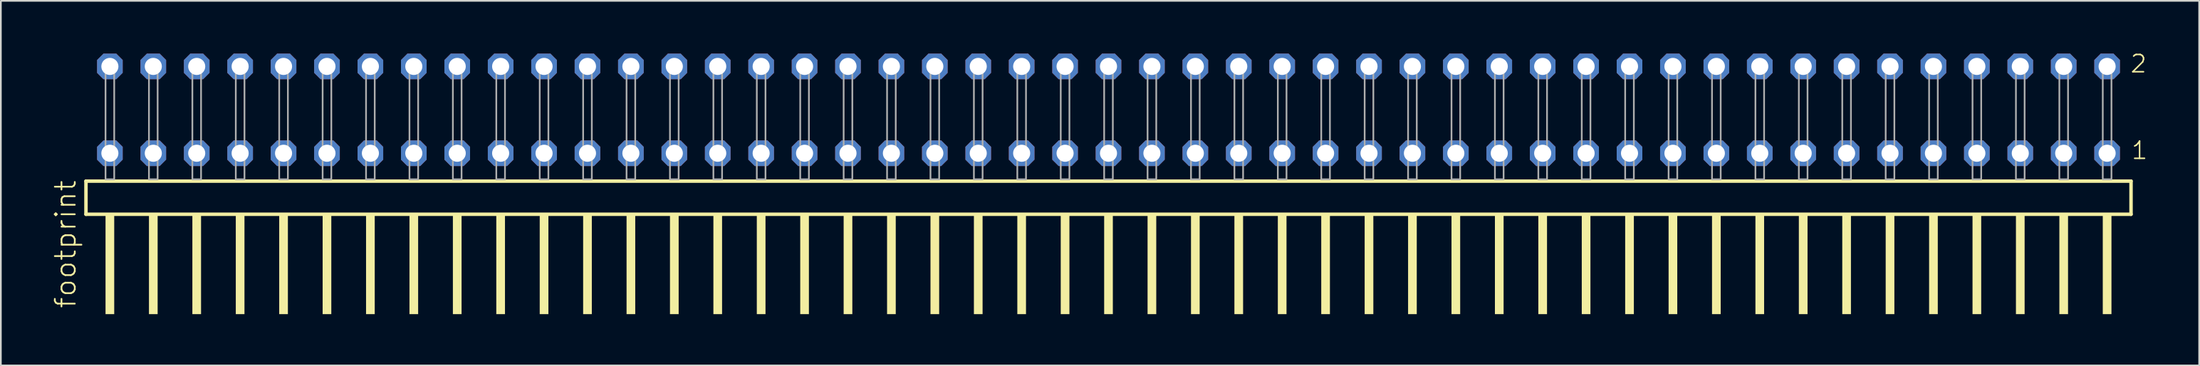
<source format=kicad_pcb>
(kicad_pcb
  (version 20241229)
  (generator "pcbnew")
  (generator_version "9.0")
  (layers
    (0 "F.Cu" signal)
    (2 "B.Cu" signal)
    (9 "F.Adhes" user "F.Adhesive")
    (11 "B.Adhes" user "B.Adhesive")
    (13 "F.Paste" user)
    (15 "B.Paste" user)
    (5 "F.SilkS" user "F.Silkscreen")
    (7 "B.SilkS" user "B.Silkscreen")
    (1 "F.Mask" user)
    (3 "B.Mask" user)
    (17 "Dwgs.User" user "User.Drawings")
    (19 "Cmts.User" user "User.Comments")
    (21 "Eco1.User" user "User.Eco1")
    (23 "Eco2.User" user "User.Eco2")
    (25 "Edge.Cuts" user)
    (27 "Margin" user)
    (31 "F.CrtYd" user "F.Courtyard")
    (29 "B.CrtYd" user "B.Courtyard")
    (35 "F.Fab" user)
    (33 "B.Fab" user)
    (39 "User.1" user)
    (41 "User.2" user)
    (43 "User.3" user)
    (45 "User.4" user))
  (footprint "footprint"
    (layer "F.Cu")
    (at 61.798 7.441)
    (property "Reference" "footprint" (at -60.325 7.62 90) (layer "F.SilkS") (effects (font (size 1.168 1.168) (thickness 0.102)) (justify left bottom)))
    (fp_line (start -59.819 0.106) (end -59.819 2.046) (stroke (width 0.203) (type solid)) (layer "F.SilkS"))
    (fp_line (start -59.819 2.046) (end 59.819 2.046) (stroke (width 0.203) (type solid)) (layer "F.SilkS"))
    (fp_line (start 59.819 0.106) (end -59.819 0.106) (stroke (width 0.203) (type solid)) (layer "F.SilkS"))
    (fp_line (start 59.819 2.046) (end 59.819 0.106) (stroke (width 0.203) (type solid)) (layer "F.SilkS"))
    (fp_poly (pts (xy -58.674 7.89) (xy -58.166 7.89) (xy -58.166 2.04) (xy -58.674 2.04)) (stroke (width 0) (type solid)) (fill yes) (layer "F.SilkS"))
    (fp_poly (pts (xy -56.134 7.89) (xy -55.626 7.89) (xy -55.626 2.04) (xy -56.134 2.04)) (stroke (width 0) (type solid)) (fill yes) (layer "F.SilkS"))
    (fp_poly (pts (xy -53.594 7.89) (xy -53.086 7.89) (xy -53.086 2.04) (xy -53.594 2.04)) (stroke (width 0) (type solid)) (fill yes) (layer "F.SilkS"))
    (fp_poly (pts (xy -51.054 7.89) (xy -50.546 7.89) (xy -50.546 2.04) (xy -51.054 2.04)) (stroke (width 0) (type solid)) (fill yes) (layer "F.SilkS"))
    (fp_poly (pts (xy -48.514 7.89) (xy -48.006 7.89) (xy -48.006 2.04) (xy -48.514 2.04)) (stroke (width 0) (type solid)) (fill yes) (layer "F.SilkS"))
    (fp_poly (pts (xy -45.974 7.89) (xy -45.466 7.89) (xy -45.466 2.04) (xy -45.974 2.04)) (stroke (width 0) (type solid)) (fill yes) (layer "F.SilkS"))
    (fp_poly (pts (xy -43.434 7.89) (xy -42.926 7.89) (xy -42.926 2.04) (xy -43.434 2.04)) (stroke (width 0) (type solid)) (fill yes) (layer "F.SilkS"))
    (fp_poly (pts (xy -40.894 7.89) (xy -40.386 7.89) (xy -40.386 2.04) (xy -40.894 2.04)) (stroke (width 0) (type solid)) (fill yes) (layer "F.SilkS"))
    (fp_poly (pts (xy -38.354 7.89) (xy -37.846 7.89) (xy -37.846 2.04) (xy -38.354 2.04)) (stroke (width 0) (type solid)) (fill yes) (layer "F.SilkS"))
    (fp_poly (pts (xy -35.814 7.89) (xy -35.306 7.89) (xy -35.306 2.04) (xy -35.814 2.04)) (stroke (width 0) (type solid)) (fill yes) (layer "F.SilkS"))
    (fp_poly (pts (xy -33.274 7.89) (xy -32.766 7.89) (xy -32.766 2.04) (xy -33.274 2.04)) (stroke (width 0) (type solid)) (fill yes) (layer "F.SilkS"))
    (fp_poly (pts (xy -30.734 7.89) (xy -30.226 7.89) (xy -30.226 2.04) (xy -30.734 2.04)) (stroke (width 0) (type solid)) (fill yes) (layer "F.SilkS"))
    (fp_poly (pts (xy -28.194 7.89) (xy -27.686 7.89) (xy -27.686 2.04) (xy -28.194 2.04)) (stroke (width 0) (type solid)) (fill yes) (layer "F.SilkS"))
    (fp_poly (pts (xy -25.654 7.89) (xy -25.146 7.89) (xy -25.146 2.04) (xy -25.654 2.04)) (stroke (width 0) (type solid)) (fill yes) (layer "F.SilkS"))
    (fp_poly (pts (xy -23.114 7.89) (xy -22.606 7.89) (xy -22.606 2.04) (xy -23.114 2.04)) (stroke (width 0) (type solid)) (fill yes) (layer "F.SilkS"))
    (fp_poly (pts (xy -20.574 7.89) (xy -20.066 7.89) (xy -20.066 2.04) (xy -20.574 2.04)) (stroke (width 0) (type solid)) (fill yes) (layer "F.SilkS"))
    (fp_poly (pts (xy -18.034 7.89) (xy -17.526 7.89) (xy -17.526 2.04) (xy -18.034 2.04)) (stroke (width 0) (type solid)) (fill yes) (layer "F.SilkS"))
    (fp_poly (pts (xy -15.494 7.89) (xy -14.986 7.89) (xy -14.986 2.04) (xy -15.494 2.04)) (stroke (width 0) (type solid)) (fill yes) (layer "F.SilkS"))
    (fp_poly (pts (xy -12.954 7.89) (xy -12.446 7.89) (xy -12.446 2.04) (xy -12.954 2.04)) (stroke (width 0) (type solid)) (fill yes) (layer "F.SilkS"))
    (fp_poly (pts (xy -10.414 7.89) (xy -9.906 7.89) (xy -9.906 2.04) (xy -10.414 2.04)) (stroke (width 0) (type solid)) (fill yes) (layer "F.SilkS"))
    (fp_poly (pts (xy -7.874 7.89) (xy -7.366 7.89) (xy -7.366 2.04) (xy -7.874 2.04)) (stroke (width 0) (type solid)) (fill yes) (layer "F.SilkS"))
    (fp_poly (pts (xy -5.334 7.89) (xy -4.826 7.89) (xy -4.826 2.04) (xy -5.334 2.04)) (stroke (width 0) (type solid)) (fill yes) (layer "F.SilkS"))
    (fp_poly (pts (xy -2.794 7.89) (xy -2.286 7.89) (xy -2.286 2.04) (xy -2.794 2.04)) (stroke (width 0) (type solid)) (fill yes) (layer "F.SilkS"))
    (fp_poly (pts (xy -0.254 7.89) (xy 0.254 7.89) (xy 0.254 2.04) (xy -0.254 2.04)) (stroke (width 0) (type solid)) (fill yes) (layer "F.SilkS"))
    (fp_poly (pts (xy 2.286 7.89) (xy 2.794 7.89) (xy 2.794 2.04) (xy 2.286 2.04)) (stroke (width 0) (type solid)) (fill yes) (layer "F.SilkS"))
    (fp_poly (pts (xy 4.826 7.89) (xy 5.334 7.89) (xy 5.334 2.04) (xy 4.826 2.04)) (stroke (width 0) (type solid)) (fill yes) (layer "F.SilkS"))
    (fp_poly (pts (xy 7.366 7.89) (xy 7.874 7.89) (xy 7.874 2.04) (xy 7.366 2.04)) (stroke (width 0) (type solid)) (fill yes) (layer "F.SilkS"))
    (fp_poly (pts (xy 9.906 7.89) (xy 10.414 7.89) (xy 10.414 2.04) (xy 9.906 2.04)) (stroke (width 0) (type solid)) (fill yes) (layer "F.SilkS"))
    (fp_poly (pts (xy 12.446 7.89) (xy 12.954 7.89) (xy 12.954 2.04) (xy 12.446 2.04)) (stroke (width 0) (type solid)) (fill yes) (layer "F.SilkS"))
    (fp_poly (pts (xy 14.986 7.89) (xy 15.494 7.89) (xy 15.494 2.04) (xy 14.986 2.04)) (stroke (width 0) (type solid)) (fill yes) (layer "F.SilkS"))
    (fp_poly (pts (xy 17.526 7.89) (xy 18.034 7.89) (xy 18.034 2.04) (xy 17.526 2.04)) (stroke (width 0) (type solid)) (fill yes) (layer "F.SilkS"))
    (fp_poly (pts (xy 20.066 7.89) (xy 20.574 7.89) (xy 20.574 2.04) (xy 20.066 2.04)) (stroke (width 0) (type solid)) (fill yes) (layer "F.SilkS"))
    (fp_poly (pts (xy 22.606 7.89) (xy 23.114 7.89) (xy 23.114 2.04) (xy 22.606 2.04)) (stroke (width 0) (type solid)) (fill yes) (layer "F.SilkS"))
    (fp_poly (pts (xy 25.146 7.89) (xy 25.654 7.89) (xy 25.654 2.04) (xy 25.146 2.04)) (stroke (width 0) (type solid)) (fill yes) (layer "F.SilkS"))
    (fp_poly (pts (xy 27.686 7.89) (xy 28.194 7.89) (xy 28.194 2.04) (xy 27.686 2.04)) (stroke (width 0) (type solid)) (fill yes) (layer "F.SilkS"))
    (fp_poly (pts (xy 30.226 7.89) (xy 30.734 7.89) (xy 30.734 2.04) (xy 30.226 2.04)) (stroke (width 0) (type solid)) (fill yes) (layer "F.SilkS"))
    (fp_poly (pts (xy 32.766 7.89) (xy 33.274 7.89) (xy 33.274 2.04) (xy 32.766 2.04)) (stroke (width 0) (type solid)) (fill yes) (layer "F.SilkS"))
    (fp_poly (pts (xy 35.306 7.89) (xy 35.814 7.89) (xy 35.814 2.04) (xy 35.306 2.04)) (stroke (width 0) (type solid)) (fill yes) (layer "F.SilkS"))
    (fp_poly (pts (xy 37.846 7.89) (xy 38.354 7.89) (xy 38.354 2.04) (xy 37.846 2.04)) (stroke (width 0) (type solid)) (fill yes) (layer "F.SilkS"))
    (fp_poly (pts (xy 40.386 7.89) (xy 40.894 7.89) (xy 40.894 2.04) (xy 40.386 2.04)) (stroke (width 0) (type solid)) (fill yes) (layer "F.SilkS"))
    (fp_poly (pts (xy 42.926 7.89) (xy 43.434 7.89) (xy 43.434 2.04) (xy 42.926 2.04)) (stroke (width 0) (type solid)) (fill yes) (layer "F.SilkS"))
    (fp_poly (pts (xy 45.466 7.89) (xy 45.974 7.89) (xy 45.974 2.04) (xy 45.466 2.04)) (stroke (width 0) (type solid)) (fill yes) (layer "F.SilkS"))
    (fp_poly (pts (xy 48.006 7.89) (xy 48.514 7.89) (xy 48.514 2.04) (xy 48.006 2.04)) (stroke (width 0) (type solid)) (fill yes) (layer "F.SilkS"))
    (fp_poly (pts (xy 50.546 7.89) (xy 51.054 7.89) (xy 51.054 2.04) (xy 50.546 2.04)) (stroke (width 0) (type solid)) (fill yes) (layer "F.SilkS"))
    (fp_poly (pts (xy 53.086 7.89) (xy 53.594 7.89) (xy 53.594 2.04) (xy 53.086 2.04)) (stroke (width 0) (type solid)) (fill yes) (layer "F.SilkS"))
    (fp_poly (pts (xy 55.626 7.89) (xy 56.134 7.89) (xy 56.134 2.04) (xy 55.626 2.04)) (stroke (width 0) (type solid)) (fill yes) (layer "F.SilkS"))
    (fp_poly (pts (xy 58.166 7.89) (xy 58.674 7.89) (xy 58.674 2.04) (xy 58.166 2.04)) (stroke (width 0) (type solid)) (fill yes) (layer "F.SilkS"))
    (fp_poly (pts (xy -58.674 0) (xy -58.166 0) (xy -58.166 -6.858) (xy -58.674 -6.858)) (stroke (width 0.1) (type solid)) (fill no) (layer "F.Fab"))
    (fp_poly (pts (xy -56.134 0) (xy -55.626 0) (xy -55.626 -6.858) (xy -56.134 -6.858)) (stroke (width 0.1) (type solid)) (fill no) (layer "F.Fab"))
    (fp_poly (pts (xy -53.594 0) (xy -53.086 0) (xy -53.086 -6.858) (xy -53.594 -6.858)) (stroke (width 0.1) (type solid)) (fill no) (layer "F.Fab"))
    (fp_poly (pts (xy -51.054 0) (xy -50.546 0) (xy -50.546 -6.858) (xy -51.054 -6.858)) (stroke (width 0.1) (type solid)) (fill no) (layer "F.Fab"))
    (fp_poly (pts (xy -48.514 0) (xy -48.006 0) (xy -48.006 -6.858) (xy -48.514 -6.858)) (stroke (width 0.1) (type solid)) (fill no) (layer "F.Fab"))
    (fp_poly (pts (xy -45.974 0) (xy -45.466 0) (xy -45.466 -6.858) (xy -45.974 -6.858)) (stroke (width 0.1) (type solid)) (fill no) (layer "F.Fab"))
    (fp_poly (pts (xy -43.434 0) (xy -42.926 0) (xy -42.926 -6.858) (xy -43.434 -6.858)) (stroke (width 0.1) (type solid)) (fill no) (layer "F.Fab"))
    (fp_poly (pts (xy -40.894 0) (xy -40.386 0) (xy -40.386 -6.858) (xy -40.894 -6.858)) (stroke (width 0.1) (type solid)) (fill no) (layer "F.Fab"))
    (fp_poly (pts (xy -38.354 0) (xy -37.846 0) (xy -37.846 -6.858) (xy -38.354 -6.858)) (stroke (width 0.1) (type solid)) (fill no) (layer "F.Fab"))
    (fp_poly (pts (xy -35.814 0) (xy -35.306 0) (xy -35.306 -6.858) (xy -35.814 -6.858)) (stroke (width 0.1) (type solid)) (fill no) (layer "F.Fab"))
    (fp_poly (pts (xy -33.274 0) (xy -32.766 0) (xy -32.766 -6.858) (xy -33.274 -6.858)) (stroke (width 0.1) (type solid)) (fill no) (layer "F.Fab"))
    (fp_poly (pts (xy -30.734 0) (xy -30.226 0) (xy -30.226 -6.858) (xy -30.734 -6.858)) (stroke (width 0.1) (type solid)) (fill no) (layer "F.Fab"))
    (fp_poly (pts (xy -28.194 0) (xy -27.686 0) (xy -27.686 -6.858) (xy -28.194 -6.858)) (stroke (width 0.1) (type solid)) (fill no) (layer "F.Fab"))
    (fp_poly (pts (xy -25.654 0) (xy -25.146 0) (xy -25.146 -6.858) (xy -25.654 -6.858)) (stroke (width 0.1) (type solid)) (fill no) (layer "F.Fab"))
    (fp_poly (pts (xy -23.114 0) (xy -22.606 0) (xy -22.606 -6.858) (xy -23.114 -6.858)) (stroke (width 0.1) (type solid)) (fill no) (layer "F.Fab"))
    (fp_poly (pts (xy -20.574 0) (xy -20.066 0) (xy -20.066 -6.858) (xy -20.574 -6.858)) (stroke (width 0.1) (type solid)) (fill no) (layer "F.Fab"))
    (fp_poly (pts (xy -18.034 0) (xy -17.526 0) (xy -17.526 -6.858) (xy -18.034 -6.858)) (stroke (width 0.1) (type solid)) (fill no) (layer "F.Fab"))
    (fp_poly (pts (xy -15.494 0) (xy -14.986 0) (xy -14.986 -6.858) (xy -15.494 -6.858)) (stroke (width 0.1) (type solid)) (fill no) (layer "F.Fab"))
    (fp_poly (pts (xy -12.954 0) (xy -12.446 0) (xy -12.446 -6.858) (xy -12.954 -6.858)) (stroke (width 0.1) (type solid)) (fill no) (layer "F.Fab"))
    (fp_poly (pts (xy -10.414 0) (xy -9.906 0) (xy -9.906 -6.858) (xy -10.414 -6.858)) (stroke (width 0.1) (type solid)) (fill no) (layer "F.Fab"))
    (fp_poly (pts (xy -7.874 0) (xy -7.366 0) (xy -7.366 -6.858) (xy -7.874 -6.858)) (stroke (width 0.1) (type solid)) (fill no) (layer "F.Fab"))
    (fp_poly (pts (xy -5.334 0) (xy -4.826 0) (xy -4.826 -6.858) (xy -5.334 -6.858)) (stroke (width 0.1) (type solid)) (fill no) (layer "F.Fab"))
    (fp_poly (pts (xy -2.794 0) (xy -2.286 0) (xy -2.286 -6.858) (xy -2.794 -6.858)) (stroke (width 0.1) (type solid)) (fill no) (layer "F.Fab"))
    (fp_poly (pts (xy -0.254 0) (xy 0.254 0) (xy 0.254 -6.858) (xy -0.254 -6.858)) (stroke (width 0.1) (type solid)) (fill no) (layer "F.Fab"))
    (fp_poly (pts (xy 2.286 0) (xy 2.794 0) (xy 2.794 -6.858) (xy 2.286 -6.858)) (stroke (width 0.1) (type solid)) (fill no) (layer "F.Fab"))
    (fp_poly (pts (xy 4.826 0) (xy 5.334 0) (xy 5.334 -6.858) (xy 4.826 -6.858)) (stroke (width 0.1) (type solid)) (fill no) (layer "F.Fab"))
    (fp_poly (pts (xy 7.366 0) (xy 7.874 0) (xy 7.874 -6.858) (xy 7.366 -6.858)) (stroke (width 0.1) (type solid)) (fill no) (layer "F.Fab"))
    (fp_poly (pts (xy 9.906 0) (xy 10.414 0) (xy 10.414 -6.858) (xy 9.906 -6.858)) (stroke (width 0.1) (type solid)) (fill no) (layer "F.Fab"))
    (fp_poly (pts (xy 12.446 0) (xy 12.954 0) (xy 12.954 -6.858) (xy 12.446 -6.858)) (stroke (width 0.1) (type solid)) (fill no) (layer "F.Fab"))
    (fp_poly (pts (xy 14.986 0) (xy 15.494 0) (xy 15.494 -6.858) (xy 14.986 -6.858)) (stroke (width 0.1) (type solid)) (fill no) (layer "F.Fab"))
    (fp_poly (pts (xy 17.526 0) (xy 18.034 0) (xy 18.034 -6.858) (xy 17.526 -6.858)) (stroke (width 0.1) (type solid)) (fill no) (layer "F.Fab"))
    (fp_poly (pts (xy 20.066 0) (xy 20.574 0) (xy 20.574 -6.858) (xy 20.066 -6.858)) (stroke (width 0.1) (type solid)) (fill no) (layer "F.Fab"))
    (fp_poly (pts (xy 22.606 0) (xy 23.114 0) (xy 23.114 -6.858) (xy 22.606 -6.858)) (stroke (width 0.1) (type solid)) (fill no) (layer "F.Fab"))
    (fp_poly (pts (xy 25.146 0) (xy 25.654 0) (xy 25.654 -6.858) (xy 25.146 -6.858)) (stroke (width 0.1) (type solid)) (fill no) (layer "F.Fab"))
    (fp_poly (pts (xy 27.686 0) (xy 28.194 0) (xy 28.194 -6.858) (xy 27.686 -6.858)) (stroke (width 0.1) (type solid)) (fill no) (layer "F.Fab"))
    (fp_poly (pts (xy 30.226 0) (xy 30.734 0) (xy 30.734 -6.858) (xy 30.226 -6.858)) (stroke (width 0.1) (type solid)) (fill no) (layer "F.Fab"))
    (fp_poly (pts (xy 32.766 0) (xy 33.274 0) (xy 33.274 -6.858) (xy 32.766 -6.858)) (stroke (width 0.1) (type solid)) (fill no) (layer "F.Fab"))
    (fp_poly (pts (xy 35.306 0) (xy 35.814 0) (xy 35.814 -6.858) (xy 35.306 -6.858)) (stroke (width 0.1) (type solid)) (fill no) (layer "F.Fab"))
    (fp_poly (pts (xy 37.846 0) (xy 38.354 0) (xy 38.354 -6.858) (xy 37.846 -6.858)) (stroke (width 0.1) (type solid)) (fill no) (layer "F.Fab"))
    (fp_poly (pts (xy 40.386 0) (xy 40.894 0) (xy 40.894 -6.858) (xy 40.386 -6.858)) (stroke (width 0.1) (type solid)) (fill no) (layer "F.Fab"))
    (fp_poly (pts (xy 42.926 0) (xy 43.434 0) (xy 43.434 -6.858) (xy 42.926 -6.858)) (stroke (width 0.1) (type solid)) (fill no) (layer "F.Fab"))
    (fp_poly (pts (xy 45.466 0) (xy 45.974 0) (xy 45.974 -6.858) (xy 45.466 -6.858)) (stroke (width 0.1) (type solid)) (fill no) (layer "F.Fab"))
    (fp_poly (pts (xy 48.006 0) (xy 48.514 0) (xy 48.514 -6.858) (xy 48.006 -6.858)) (stroke (width 0.1) (type solid)) (fill no) (layer "F.Fab"))
    (fp_poly (pts (xy 50.546 0) (xy 51.054 0) (xy 51.054 -6.858) (xy 50.546 -6.858)) (stroke (width 0.1) (type solid)) (fill no) (layer "F.Fab"))
    (fp_poly (pts (xy 53.086 0) (xy 53.594 0) (xy 53.594 -6.858) (xy 53.086 -6.858)) (stroke (width 0.1) (type solid)) (fill no) (layer "F.Fab"))
    (fp_poly (pts (xy 55.626 0) (xy 56.134 0) (xy 56.134 -6.858) (xy 55.626 -6.858)) (stroke (width 0.1) (type solid)) (fill no) (layer "F.Fab"))
    (fp_poly (pts (xy 58.166 0) (xy 58.674 0) (xy 58.674 -6.858) (xy 58.166 -6.858)) (stroke (width 0.1) (type solid)) (fill no) (layer "F.Fab"))
    (fp_text user "2" (at 59.72 -6.165 0) (layer "F.SilkS") (effects (font (size 1.012 1.012) (thickness 0.088)) (justify left bottom)))
    (fp_text user "1" (at 59.78 -1.1 0) (layer "F.SilkS") (effects (font (size 1.012 1.012) (thickness 0.088)) (justify left bottom)))
    (pad "1" thru_hole roundrect (at 58.42 -1.524 180) (size 1.5 1.5) (drill 1) (layers "*.Cu" "*.Mask") (roundrect_rratio 0.25) (chamfer_ratio 0.25) (chamfer top_left top_right bottom_left bottom_right))
    (pad "2" thru_hole roundrect (at 58.42 -6.604 180) (size 1.5 1.5) (drill 1) (layers "*.Cu" "*.Mask") (roundrect_rratio 0.25) (chamfer_ratio 0.25) (chamfer top_left top_right bottom_left bottom_right))
    (pad "3" thru_hole roundrect (at 55.88 -1.524 180) (size 1.5 1.5) (drill 1) (layers "*.Cu" "*.Mask") (roundrect_rratio 0.25) (chamfer_ratio 0.25) (chamfer top_left top_right bottom_left bottom_right))
    (pad "4" thru_hole roundrect (at 55.88 -6.604 180) (size 1.5 1.5) (drill 1) (layers "*.Cu" "*.Mask") (roundrect_rratio 0.25) (chamfer_ratio 0.25) (chamfer top_left top_right bottom_left bottom_right))
    (pad "5" thru_hole roundrect (at 53.34 -1.524 180) (size 1.5 1.5) (drill 1) (layers "*.Cu" "*.Mask") (roundrect_rratio 0.25) (chamfer_ratio 0.25) (chamfer top_left top_right bottom_left bottom_right))
    (pad "6" thru_hole roundrect (at 53.34 -6.604 180) (size 1.5 1.5) (drill 1) (layers "*.Cu" "*.Mask") (roundrect_rratio 0.25) (chamfer_ratio 0.25) (chamfer top_left top_right bottom_left bottom_right))
    (pad "7" thru_hole roundrect (at 50.8 -1.524 180) (size 1.5 1.5) (drill 1) (layers "*.Cu" "*.Mask") (roundrect_rratio 0.25) (chamfer_ratio 0.25) (chamfer top_left top_right bottom_left bottom_right))
    (pad "8" thru_hole roundrect (at 50.8 -6.604 180) (size 1.5 1.5) (drill 1) (layers "*.Cu" "*.Mask") (roundrect_rratio 0.25) (chamfer_ratio 0.25) (chamfer top_left top_right bottom_left bottom_right))
    (pad "9" thru_hole roundrect (at 48.26 -1.524 180) (size 1.5 1.5) (drill 1) (layers "*.Cu" "*.Mask") (roundrect_rratio 0.25) (chamfer_ratio 0.25) (chamfer top_left top_right bottom_left bottom_right))
    (pad "10" thru_hole roundrect (at 48.26 -6.604 180) (size 1.5 1.5) (drill 1) (layers "*.Cu" "*.Mask") (roundrect_rratio 0.25) (chamfer_ratio 0.25) (chamfer top_left top_right bottom_left bottom_right))
    (pad "11" thru_hole roundrect (at 45.72 -1.524 180) (size 1.5 1.5) (drill 1) (layers "*.Cu" "*.Mask") (roundrect_rratio 0.25) (chamfer_ratio 0.25) (chamfer top_left top_right bottom_left bottom_right))
    (pad "12" thru_hole roundrect (at 45.72 -6.604 180) (size 1.5 1.5) (drill 1) (layers "*.Cu" "*.Mask") (roundrect_rratio 0.25) (chamfer_ratio 0.25) (chamfer top_left top_right bottom_left bottom_right))
    (pad "13" thru_hole roundrect (at 43.18 -1.524 180) (size 1.5 1.5) (drill 1) (layers "*.Cu" "*.Mask") (roundrect_rratio 0.25) (chamfer_ratio 0.25) (chamfer top_left top_right bottom_left bottom_right))
    (pad "14" thru_hole roundrect (at 43.18 -6.604 180) (size 1.5 1.5) (drill 1) (layers "*.Cu" "*.Mask") (roundrect_rratio 0.25) (chamfer_ratio 0.25) (chamfer top_left top_right bottom_left bottom_right))
    (pad "15" thru_hole roundrect (at 40.64 -1.524 180) (size 1.5 1.5) (drill 1) (layers "*.Cu" "*.Mask") (roundrect_rratio 0.25) (chamfer_ratio 0.25) (chamfer top_left top_right bottom_left bottom_right))
    (pad "16" thru_hole roundrect (at 40.64 -6.604 180) (size 1.5 1.5) (drill 1) (layers "*.Cu" "*.Mask") (roundrect_rratio 0.25) (chamfer_ratio 0.25) (chamfer top_left top_right bottom_left bottom_right))
    (pad "17" thru_hole roundrect (at 38.1 -1.524 180) (size 1.5 1.5) (drill 1) (layers "*.Cu" "*.Mask") (roundrect_rratio 0.25) (chamfer_ratio 0.25) (chamfer top_left top_right bottom_left bottom_right))
    (pad "18" thru_hole roundrect (at 38.1 -6.604 180) (size 1.5 1.5) (drill 1) (layers "*.Cu" "*.Mask") (roundrect_rratio 0.25) (chamfer_ratio 0.25) (chamfer top_left top_right bottom_left bottom_right))
    (pad "19" thru_hole roundrect (at 35.56 -1.524 180) (size 1.5 1.5) (drill 1) (layers "*.Cu" "*.Mask") (roundrect_rratio 0.25) (chamfer_ratio 0.25) (chamfer top_left top_right bottom_left bottom_right))
    (pad "20" thru_hole roundrect (at 35.56 -6.604 180) (size 1.5 1.5) (drill 1) (layers "*.Cu" "*.Mask") (roundrect_rratio 0.25) (chamfer_ratio 0.25) (chamfer top_left top_right bottom_left bottom_right))
    (pad "21" thru_hole roundrect (at 33.02 -1.524 180) (size 1.5 1.5) (drill 1) (layers "*.Cu" "*.Mask") (roundrect_rratio 0.25) (chamfer_ratio 0.25) (chamfer top_left top_right bottom_left bottom_right))
    (pad "22" thru_hole roundrect (at 33.02 -6.604 180) (size 1.5 1.5) (drill 1) (layers "*.Cu" "*.Mask") (roundrect_rratio 0.25) (chamfer_ratio 0.25) (chamfer top_left top_right bottom_left bottom_right))
    (pad "23" thru_hole roundrect (at 30.48 -1.524 180) (size 1.5 1.5) (drill 1) (layers "*.Cu" "*.Mask") (roundrect_rratio 0.25) (chamfer_ratio 0.25) (chamfer top_left top_right bottom_left bottom_right))
    (pad "24" thru_hole roundrect (at 30.48 -6.604 180) (size 1.5 1.5) (drill 1) (layers "*.Cu" "*.Mask") (roundrect_rratio 0.25) (chamfer_ratio 0.25) (chamfer top_left top_right bottom_left bottom_right))
    (pad "25" thru_hole roundrect (at 27.94 -1.524 180) (size 1.5 1.5) (drill 1) (layers "*.Cu" "*.Mask") (roundrect_rratio 0.25) (chamfer_ratio 0.25) (chamfer top_left top_right bottom_left bottom_right))
    (pad "26" thru_hole roundrect (at 27.94 -6.604 180) (size 1.5 1.5) (drill 1) (layers "*.Cu" "*.Mask") (roundrect_rratio 0.25) (chamfer_ratio 0.25) (chamfer top_left top_right bottom_left bottom_right))
    (pad "27" thru_hole roundrect (at 25.4 -1.524 180) (size 1.5 1.5) (drill 1) (layers "*.Cu" "*.Mask") (roundrect_rratio 0.25) (chamfer_ratio 0.25) (chamfer top_left top_right bottom_left bottom_right))
    (pad "28" thru_hole roundrect (at 25.4 -6.604 180) (size 1.5 1.5) (drill 1) (layers "*.Cu" "*.Mask") (roundrect_rratio 0.25) (chamfer_ratio 0.25) (chamfer top_left top_right bottom_left bottom_right))
    (pad "29" thru_hole roundrect (at 22.86 -1.524 180) (size 1.5 1.5) (drill 1) (layers "*.Cu" "*.Mask") (roundrect_rratio 0.25) (chamfer_ratio 0.25) (chamfer top_left top_right bottom_left bottom_right))
    (pad "30" thru_hole roundrect (at 22.86 -6.604 180) (size 1.5 1.5) (drill 1) (layers "*.Cu" "*.Mask") (roundrect_rratio 0.25) (chamfer_ratio 0.25) (chamfer top_left top_right bottom_left bottom_right))
    (pad "31" thru_hole roundrect (at 20.32 -1.524 180) (size 1.5 1.5) (drill 1) (layers "*.Cu" "*.Mask") (roundrect_rratio 0.25) (chamfer_ratio 0.25) (chamfer top_left top_right bottom_left bottom_right))
    (pad "32" thru_hole roundrect (at 20.32 -6.604 180) (size 1.5 1.5) (drill 1) (layers "*.Cu" "*.Mask") (roundrect_rratio 0.25) (chamfer_ratio 0.25) (chamfer top_left top_right bottom_left bottom_right))
    (pad "33" thru_hole roundrect (at 17.78 -1.524 180) (size 1.5 1.5) (drill 1) (layers "*.Cu" "*.Mask") (roundrect_rratio 0.25) (chamfer_ratio 0.25) (chamfer top_left top_right bottom_left bottom_right))
    (pad "34" thru_hole roundrect (at 17.78 -6.604 180) (size 1.5 1.5) (drill 1) (layers "*.Cu" "*.Mask") (roundrect_rratio 0.25) (chamfer_ratio 0.25) (chamfer top_left top_right bottom_left bottom_right))
    (pad "35" thru_hole roundrect (at 15.24 -1.524 180) (size 1.5 1.5) (drill 1) (layers "*.Cu" "*.Mask") (roundrect_rratio 0.25) (chamfer_ratio 0.25) (chamfer top_left top_right bottom_left bottom_right))
    (pad "36" thru_hole roundrect (at 15.24 -6.604 180) (size 1.5 1.5) (drill 1) (layers "*.Cu" "*.Mask") (roundrect_rratio 0.25) (chamfer_ratio 0.25) (chamfer top_left top_right bottom_left bottom_right))
    (pad "37" thru_hole roundrect (at 12.7 -1.524 180) (size 1.5 1.5) (drill 1) (layers "*.Cu" "*.Mask") (roundrect_rratio 0.25) (chamfer_ratio 0.25) (chamfer top_left top_right bottom_left bottom_right))
    (pad "38" thru_hole roundrect (at 12.7 -6.604 180) (size 1.5 1.5) (drill 1) (layers "*.Cu" "*.Mask") (roundrect_rratio 0.25) (chamfer_ratio 0.25) (chamfer top_left top_right bottom_left bottom_right))
    (pad "39" thru_hole roundrect (at 10.16 -1.524 180) (size 1.5 1.5) (drill 1) (layers "*.Cu" "*.Mask") (roundrect_rratio 0.25) (chamfer_ratio 0.25) (chamfer top_left top_right bottom_left bottom_right))
    (pad "40" thru_hole roundrect (at 10.16 -6.604 180) (size 1.5 1.5) (drill 1) (layers "*.Cu" "*.Mask") (roundrect_rratio 0.25) (chamfer_ratio 0.25) (chamfer top_left top_right bottom_left bottom_right))
    (pad "41" thru_hole roundrect (at 7.62 -1.524 180) (size 1.5 1.5) (drill 1) (layers "*.Cu" "*.Mask") (roundrect_rratio 0.25) (chamfer_ratio 0.25) (chamfer top_left top_right bottom_left bottom_right))
    (pad "42" thru_hole roundrect (at 7.62 -6.604 180) (size 1.5 1.5) (drill 1) (layers "*.Cu" "*.Mask") (roundrect_rratio 0.25) (chamfer_ratio 0.25) (chamfer top_left top_right bottom_left bottom_right))
    (pad "43" thru_hole roundrect (at 5.08 -1.524 180) (size 1.5 1.5) (drill 1) (layers "*.Cu" "*.Mask") (roundrect_rratio 0.25) (chamfer_ratio 0.25) (chamfer top_left top_right bottom_left bottom_right))
    (pad "44" thru_hole roundrect (at 5.08 -6.604 180) (size 1.5 1.5) (drill 1) (layers "*.Cu" "*.Mask") (roundrect_rratio 0.25) (chamfer_ratio 0.25) (chamfer top_left top_right bottom_left bottom_right))
    (pad "45" thru_hole roundrect (at 2.54 -1.524 180) (size 1.5 1.5) (drill 1) (layers "*.Cu" "*.Mask") (roundrect_rratio 0.25) (chamfer_ratio 0.25) (chamfer top_left top_right bottom_left bottom_right))
    (pad "46" thru_hole roundrect (at 2.54 -6.604 180) (size 1.5 1.5) (drill 1) (layers "*.Cu" "*.Mask") (roundrect_rratio 0.25) (chamfer_ratio 0.25) (chamfer top_left top_right bottom_left bottom_right))
    (pad "47" thru_hole roundrect (at 0 -1.524 180) (size 1.5 1.5) (drill 1) (layers "*.Cu" "*.Mask") (roundrect_rratio 0.25) (chamfer_ratio 0.25) (chamfer top_left top_right bottom_left bottom_right))
    (pad "48" thru_hole roundrect (at 0 -6.604 180) (size 1.5 1.5) (drill 1) (layers "*.Cu" "*.Mask") (roundrect_rratio 0.25) (chamfer_ratio 0.25) (chamfer top_left top_right bottom_left bottom_right))
    (pad "49" thru_hole roundrect (at -2.54 -1.524 180) (size 1.5 1.5) (drill 1) (layers "*.Cu" "*.Mask") (roundrect_rratio 0.25) (chamfer_ratio 0.25) (chamfer top_left top_right bottom_left bottom_right))
    (pad "50" thru_hole roundrect (at -2.54 -6.604 180) (size 1.5 1.5) (drill 1) (layers "*.Cu" "*.Mask") (roundrect_rratio 0.25) (chamfer_ratio 0.25) (chamfer top_left top_right bottom_left bottom_right))
    (pad "51" thru_hole roundrect (at -5.08 -1.524 180) (size 1.5 1.5) (drill 1) (layers "*.Cu" "*.Mask") (roundrect_rratio 0.25) (chamfer_ratio 0.25) (chamfer top_left top_right bottom_left bottom_right))
    (pad "52" thru_hole roundrect (at -5.08 -6.604 180) (size 1.5 1.5) (drill 1) (layers "*.Cu" "*.Mask") (roundrect_rratio 0.25) (chamfer_ratio 0.25) (chamfer top_left top_right bottom_left bottom_right))
    (pad "53" thru_hole roundrect (at -7.62 -1.524 180) (size 1.5 1.5) (drill 1) (layers "*.Cu" "*.Mask") (roundrect_rratio 0.25) (chamfer_ratio 0.25) (chamfer top_left top_right bottom_left bottom_right))
    (pad "54" thru_hole roundrect (at -7.62 -6.604 180) (size 1.5 1.5) (drill 1) (layers "*.Cu" "*.Mask") (roundrect_rratio 0.25) (chamfer_ratio 0.25) (chamfer top_left top_right bottom_left bottom_right))
    (pad "55" thru_hole roundrect (at -10.16 -1.524 180) (size 1.5 1.5) (drill 1) (layers "*.Cu" "*.Mask") (roundrect_rratio 0.25) (chamfer_ratio 0.25) (chamfer top_left top_right bottom_left bottom_right))
    (pad "56" thru_hole roundrect (at -10.16 -6.604 180) (size 1.5 1.5) (drill 1) (layers "*.Cu" "*.Mask") (roundrect_rratio 0.25) (chamfer_ratio 0.25) (chamfer top_left top_right bottom_left bottom_right))
    (pad "57" thru_hole roundrect (at -12.7 -1.524 180) (size 1.5 1.5) (drill 1) (layers "*.Cu" "*.Mask") (roundrect_rratio 0.25) (chamfer_ratio 0.25) (chamfer top_left top_right bottom_left bottom_right))
    (pad "58" thru_hole roundrect (at -12.7 -6.604 180) (size 1.5 1.5) (drill 1) (layers "*.Cu" "*.Mask") (roundrect_rratio 0.25) (chamfer_ratio 0.25) (chamfer top_left top_right bottom_left bottom_right))
    (pad "59" thru_hole roundrect (at -15.24 -1.524 180) (size 1.5 1.5) (drill 1) (layers "*.Cu" "*.Mask") (roundrect_rratio 0.25) (chamfer_ratio 0.25) (chamfer top_left top_right bottom_left bottom_right))
    (pad "60" thru_hole roundrect (at -15.24 -6.604 180) (size 1.5 1.5) (drill 1) (layers "*.Cu" "*.Mask") (roundrect_rratio 0.25) (chamfer_ratio 0.25) (chamfer top_left top_right bottom_left bottom_right))
    (pad "61" thru_hole roundrect (at -17.78 -1.524 180) (size 1.5 1.5) (drill 1) (layers "*.Cu" "*.Mask") (roundrect_rratio 0.25) (chamfer_ratio 0.25) (chamfer top_left top_right bottom_left bottom_right))
    (pad "62" thru_hole roundrect (at -17.78 -6.604 180) (size 1.5 1.5) (drill 1) (layers "*.Cu" "*.Mask") (roundrect_rratio 0.25) (chamfer_ratio 0.25) (chamfer top_left top_right bottom_left bottom_right))
    (pad "63" thru_hole roundrect (at -20.32 -1.524 180) (size 1.5 1.5) (drill 1) (layers "*.Cu" "*.Mask") (roundrect_rratio 0.25) (chamfer_ratio 0.25) (chamfer top_left top_right bottom_left bottom_right))
    (pad "64" thru_hole roundrect (at -20.32 -6.604 180) (size 1.5 1.5) (drill 1) (layers "*.Cu" "*.Mask") (roundrect_rratio 0.25) (chamfer_ratio 0.25) (chamfer top_left top_right bottom_left bottom_right))
    (pad "65" thru_hole roundrect (at -22.86 -1.524 180) (size 1.5 1.5) (drill 1) (layers "*.Cu" "*.Mask") (roundrect_rratio 0.25) (chamfer_ratio 0.25) (chamfer top_left top_right bottom_left bottom_right))
    (pad "66" thru_hole roundrect (at -22.86 -6.604 180) (size 1.5 1.5) (drill 1) (layers "*.Cu" "*.Mask") (roundrect_rratio 0.25) (chamfer_ratio 0.25) (chamfer top_left top_right bottom_left bottom_right))
    (pad "67" thru_hole roundrect (at -25.4 -1.524 180) (size 1.5 1.5) (drill 1) (layers "*.Cu" "*.Mask") (roundrect_rratio 0.25) (chamfer_ratio 0.25) (chamfer top_left top_right bottom_left bottom_right))
    (pad "68" thru_hole roundrect (at -25.4 -6.604 180) (size 1.5 1.5) (drill 1) (layers "*.Cu" "*.Mask") (roundrect_rratio 0.25) (chamfer_ratio 0.25) (chamfer top_left top_right bottom_left bottom_right))
    (pad "69" thru_hole roundrect (at -27.94 -1.524 180) (size 1.5 1.5) (drill 1) (layers "*.Cu" "*.Mask") (roundrect_rratio 0.25) (chamfer_ratio 0.25) (chamfer top_left top_right bottom_left bottom_right))
    (pad "70" thru_hole roundrect (at -27.94 -6.604 180) (size 1.5 1.5) (drill 1) (layers "*.Cu" "*.Mask") (roundrect_rratio 0.25) (chamfer_ratio 0.25) (chamfer top_left top_right bottom_left bottom_right))
    (pad "71" thru_hole roundrect (at -30.48 -1.524 180) (size 1.5 1.5) (drill 1) (layers "*.Cu" "*.Mask") (roundrect_rratio 0.25) (chamfer_ratio 0.25) (chamfer top_left top_right bottom_left bottom_right))
    (pad "72" thru_hole roundrect (at -30.48 -6.604 180) (size 1.5 1.5) (drill 1) (layers "*.Cu" "*.Mask") (roundrect_rratio 0.25) (chamfer_ratio 0.25) (chamfer top_left top_right bottom_left bottom_right))
    (pad "73" thru_hole roundrect (at -33.02 -1.524 180) (size 1.5 1.5) (drill 1) (layers "*.Cu" "*.Mask") (roundrect_rratio 0.25) (chamfer_ratio 0.25) (chamfer top_left top_right bottom_left bottom_right))
    (pad "74" thru_hole roundrect (at -33.02 -6.604 180) (size 1.5 1.5) (drill 1) (layers "*.Cu" "*.Mask") (roundrect_rratio 0.25) (chamfer_ratio 0.25) (chamfer top_left top_right bottom_left bottom_right))
    (pad "75" thru_hole roundrect (at -35.56 -1.524 180) (size 1.5 1.5) (drill 1) (layers "*.Cu" "*.Mask") (roundrect_rratio 0.25) (chamfer_ratio 0.25) (chamfer top_left top_right bottom_left bottom_right))
    (pad "76" thru_hole roundrect (at -35.56 -6.604 180) (size 1.5 1.5) (drill 1) (layers "*.Cu" "*.Mask") (roundrect_rratio 0.25) (chamfer_ratio 0.25) (chamfer top_left top_right bottom_left bottom_right))
    (pad "77" thru_hole roundrect (at -38.1 -1.524 180) (size 1.5 1.5) (drill 1) (layers "*.Cu" "*.Mask") (roundrect_rratio 0.25) (chamfer_ratio 0.25) (chamfer top_left top_right bottom_left bottom_right))
    (pad "78" thru_hole roundrect (at -38.1 -6.604 180) (size 1.5 1.5) (drill 1) (layers "*.Cu" "*.Mask") (roundrect_rratio 0.25) (chamfer_ratio 0.25) (chamfer top_left top_right bottom_left bottom_right))
    (pad "79" thru_hole roundrect (at -40.64 -1.524 180) (size 1.5 1.5) (drill 1) (layers "*.Cu" "*.Mask") (roundrect_rratio 0.25) (chamfer_ratio 0.25) (chamfer top_left top_right bottom_left bottom_right))
    (pad "80" thru_hole roundrect (at -40.64 -6.604 180) (size 1.5 1.5) (drill 1) (layers "*.Cu" "*.Mask") (roundrect_rratio 0.25) (chamfer_ratio 0.25) (chamfer top_left top_right bottom_left bottom_right))
    (pad "81" thru_hole roundrect (at -43.18 -1.524 180) (size 1.5 1.5) (drill 1) (layers "*.Cu" "*.Mask") (roundrect_rratio 0.25) (chamfer_ratio 0.25) (chamfer top_left top_right bottom_left bottom_right))
    (pad "82" thru_hole roundrect (at -43.18 -6.604 180) (size 1.5 1.5) (drill 1) (layers "*.Cu" "*.Mask") (roundrect_rratio 0.25) (chamfer_ratio 0.25) (chamfer top_left top_right bottom_left bottom_right))
    (pad "83" thru_hole roundrect (at -45.72 -1.524 180) (size 1.5 1.5) (drill 1) (layers "*.Cu" "*.Mask") (roundrect_rratio 0.25) (chamfer_ratio 0.25) (chamfer top_left top_right bottom_left bottom_right))
    (pad "84" thru_hole roundrect (at -45.72 -6.604 180) (size 1.5 1.5) (drill 1) (layers "*.Cu" "*.Mask") (roundrect_rratio 0.25) (chamfer_ratio 0.25) (chamfer top_left top_right bottom_left bottom_right))
    (pad "85" thru_hole roundrect (at -48.26 -1.524 180) (size 1.5 1.5) (drill 1) (layers "*.Cu" "*.Mask") (roundrect_rratio 0.25) (chamfer_ratio 0.25) (chamfer top_left top_right bottom_left bottom_right))
    (pad "86" thru_hole roundrect (at -48.26 -6.604 180) (size 1.5 1.5) (drill 1) (layers "*.Cu" "*.Mask") (roundrect_rratio 0.25) (chamfer_ratio 0.25) (chamfer top_left top_right bottom_left bottom_right))
    (pad "87" thru_hole roundrect (at -50.8 -1.524 180) (size 1.5 1.5) (drill 1) (layers "*.Cu" "*.Mask") (roundrect_rratio 0.25) (chamfer_ratio 0.25) (chamfer top_left top_right bottom_left bottom_right))
    (pad "88" thru_hole roundrect (at -50.8 -6.604 180) (size 1.5 1.5) (drill 1) (layers "*.Cu" "*.Mask") (roundrect_rratio 0.25) (chamfer_ratio 0.25) (chamfer top_left top_right bottom_left bottom_right))
    (pad "89" thru_hole roundrect (at -53.34 -1.524 180) (size 1.5 1.5) (drill 1) (layers "*.Cu" "*.Mask") (roundrect_rratio 0.25) (chamfer_ratio 0.25) (chamfer top_left top_right bottom_left bottom_right))
    (pad "90" thru_hole roundrect (at -53.34 -6.604 180) (size 1.5 1.5) (drill 1) (layers "*.Cu" "*.Mask") (roundrect_rratio 0.25) (chamfer_ratio 0.25) (chamfer top_left top_right bottom_left bottom_right))
    (pad "91" thru_hole roundrect (at -55.88 -1.524 180) (size 1.5 1.5) (drill 1) (layers "*.Cu" "*.Mask") (roundrect_rratio 0.25) (chamfer_ratio 0.25) (chamfer top_left top_right bottom_left bottom_right))
    (pad "92" thru_hole roundrect (at -55.88 -6.604 180) (size 1.5 1.5) (drill 1) (layers "*.Cu" "*.Mask") (roundrect_rratio 0.25) (chamfer_ratio 0.25) (chamfer top_left top_right bottom_left bottom_right))
    (pad "93" thru_hole roundrect (at -58.42 -1.524 180) (size 1.5 1.5) (drill 1) (layers "*.Cu" "*.Mask") (roundrect_rratio 0.25) (chamfer_ratio 0.25) (chamfer top_left top_right bottom_left bottom_right))
    (pad "94" thru_hole roundrect (at -58.42 -6.604 180) (size 1.5 1.5) (drill 1) (layers "*.Cu" "*.Mask") (roundrect_rratio 0.25) (chamfer_ratio 0.25) (chamfer top_left top_right bottom_left bottom_right)))
  (gr_rect
    (start -3 -3)
    (end 125.604 18.331)
    (stroke (width 0.1) (type default))
    (fill no)
    (layer "Edge.Cuts")))
</source>
